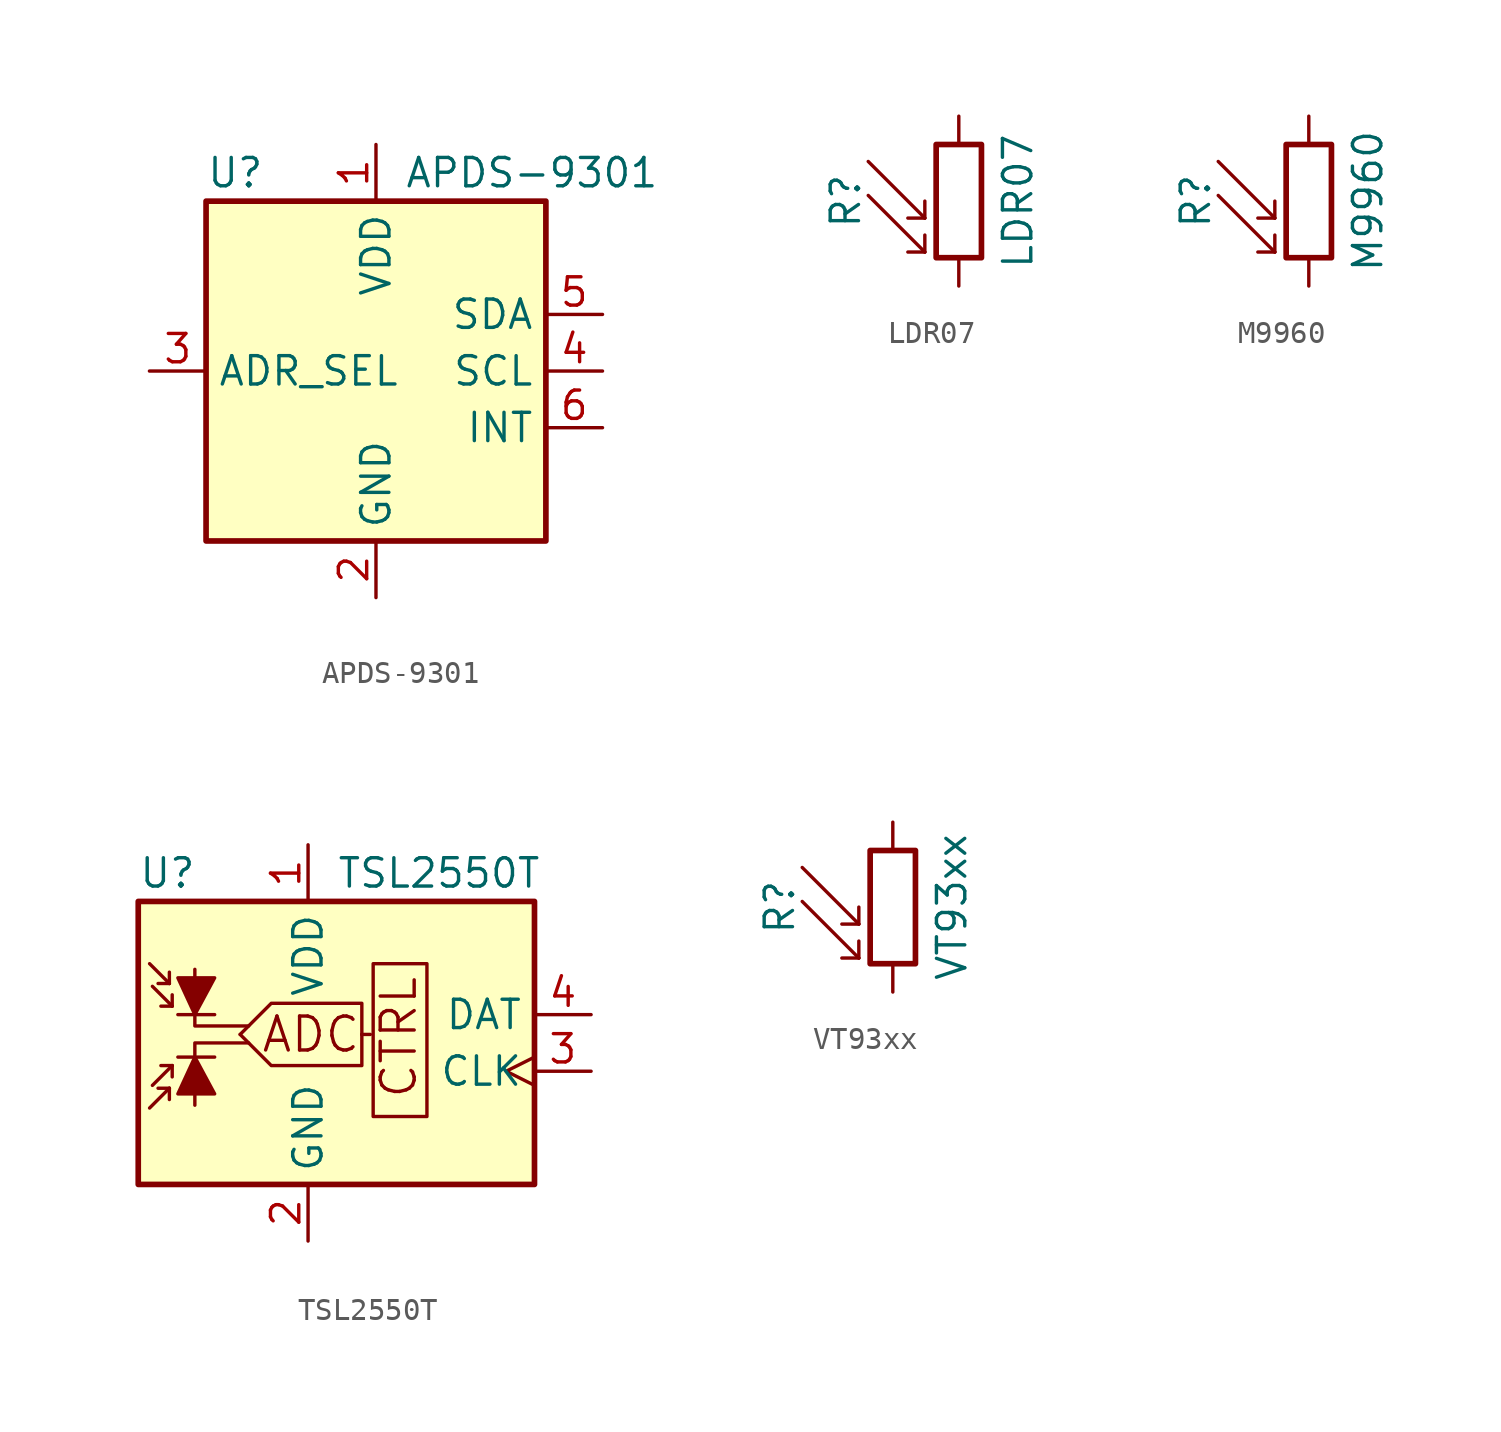
<source format=kicad_sym>
(kicad_symbol_lib
  (version 20211014)
  (generator kicad_symbol_editor)
  (symbol "APDS-9301"
    (property "Reference" "U"
      (at -7.62 8.89 0)
      (effects (font (size 1.27 1.27)) (justify left)))
    (property "Value" "APDS-9301"
      (at 1.27 8.89 0)
      (effects (font (size 1.27 1.27)) (justify left)))
    (symbol "APDS-9301_0_1"
      (rectangle (start -7.62 7.62) (end 7.62 -7.62) (stroke (width 0.254) (type default) (color 0 0 0 0)) (fill (type background))))
    (symbol "APDS-9301_1_1"
      (pin power_in line (at 0 10.16 270) (length 2.54) (name "VDD" (effects (font (size 1.27 1.27)))) (number "1" (effects (font (size 1.27 1.27)))))
      (pin power_in line (at 0 -10.16 90) (length 2.54) (name "GND" (effects (font (size 1.27 1.27)))) (number "2" (effects (font (size 1.27 1.27)))))
      (pin input line (at -10.16 0 0) (length 2.54) (name "ADR_SEL" (effects (font (size 1.27 1.27)))) (number "3" (effects (font (size 1.27 1.27)))))
      (pin input line (at 10.16 0 180) (length 2.54) (name "SCL" (effects (font (size 1.27 1.27)))) (number "4" (effects (font (size 1.27 1.27)))))
      (pin bidirectional line (at 10.16 2.54 180) (length 2.54) (name "SDA" (effects (font (size 1.27 1.27)))) (number "5" (effects (font (size 1.27 1.27)))))
      (pin open_collector line (at 10.16 -2.54 180) (length 2.54) (name "INT" (effects (font (size 1.27 1.27)))) (number "6" (effects (font (size 1.27 1.27)))))))
  (symbol "LDR07"
    (pin_numbers hide)
    (pin_names
      (offset 0))
    (property "Reference" "R"
      (at -5.08 0 90)
      (effects (font (size 1.27 1.27))))
    (property "Value" "LDR07"
      (at 1.905 0 90)
      (effects (font (size 1.27 1.27)) (justify top)))
    (symbol "LDR07_0_1"
      (rectangle (start -1.016 2.54) (end 1.016 -2.54) (stroke (width 0.254) (type default) (color 0 0 0 0)) (fill (type none)))
      (polyline (pts (xy -1.524 -2.286) (xy -4.064 0.254)) (stroke (width 0) (type default) (color 0 0 0 0)) (fill (type none)))
      (polyline (pts (xy -1.524 -2.286) (xy -2.286 -2.286)) (stroke (width 0) (type default) (color 0 0 0 0)) (fill (type none)))
      (polyline (pts (xy -1.524 -2.286) (xy -1.524 -1.524)) (stroke (width 0) (type default) (color 0 0 0 0)) (fill (type none)))
      (polyline (pts (xy -1.524 -0.762) (xy -4.064 1.778)) (stroke (width 0) (type default) (color 0 0 0 0)) (fill (type none)))
      (polyline (pts (xy -1.524 -0.762) (xy -2.286 -0.762)) (stroke (width 0) (type default) (color 0 0 0 0)) (fill (type none)))
      (polyline (pts (xy -1.524 -0.762) (xy -1.524 0)) (stroke (width 0) (type default) (color 0 0 0 0)) (fill (type none))))
    (symbol "LDR07_1_1"
      (pin passive line (at 0 3.81 270) (length 1.27) (name "~" (effects (font (size 1.27 1.27)))) (number "1" (effects (font (size 1.27 1.27)))))
      (pin passive line (at 0 -3.81 90) (length 1.27) (name "~" (effects (font (size 1.27 1.27)))) (number "2" (effects (font (size 1.27 1.27)))))))
  (symbol "M9960"
    (pin_numbers hide)
    (pin_names
      (offset 0))
    (property "Reference" "R"
      (at -5.08 0 90)
      (effects (font (size 1.27 1.27))))
    (property "Value" "M9960"
      (at 1.905 0 90)
      (effects (font (size 1.27 1.27)) (justify top)))
    (symbol "M9960_0_1"
      (rectangle (start -1.016 2.54) (end 1.016 -2.54) (stroke (width 0.254) (type default) (color 0 0 0 0)) (fill (type none)))
      (polyline (pts (xy -1.524 -2.286) (xy -4.064 0.254)) (stroke (width 0) (type default) (color 0 0 0 0)) (fill (type none)))
      (polyline (pts (xy -1.524 -2.286) (xy -2.286 -2.286)) (stroke (width 0) (type default) (color 0 0 0 0)) (fill (type none)))
      (polyline (pts (xy -1.524 -2.286) (xy -1.524 -1.524)) (stroke (width 0) (type default) (color 0 0 0 0)) (fill (type none)))
      (polyline (pts (xy -1.524 -0.762) (xy -4.064 1.778)) (stroke (width 0) (type default) (color 0 0 0 0)) (fill (type none)))
      (polyline (pts (xy -1.524 -0.762) (xy -2.286 -0.762)) (stroke (width 0) (type default) (color 0 0 0 0)) (fill (type none)))
      (polyline (pts (xy -1.524 -0.762) (xy -1.524 0)) (stroke (width 0) (type default) (color 0 0 0 0)) (fill (type none))))
    (symbol "M9960_1_1"
      (pin passive line (at 0 3.81 270) (length 1.27) (name "~" (effects (font (size 1.27 1.27)))) (number "1" (effects (font (size 1.27 1.27)))))
      (pin passive line (at 0 -3.81 90) (length 1.27) (name "~" (effects (font (size 1.27 1.27)))) (number "2" (effects (font (size 1.27 1.27)))))))
  (symbol "TSL2550T"
    (property "Reference" "U"
      (at -7.62 6.35 0)
      (effects (font (size 1.27 1.27)) (justify left)))
    (property "Value" "TSL2550T"
      (at 1.27 6.35 0)
      (effects (font (size 1.27 1.27)) (justify left)))
    (symbol "TSL2550T_0_0"
      (polyline (pts (xy 2.413 -0.889) (xy 2.794 -0.889)) (stroke (width 0) (type default) (color 0 0 0 0)) (fill (type none)))
      (polyline (pts (xy -5.08 -4.064) (xy -5.08 -1.27) (xy -2.667 -1.27)) (stroke (width 0) (type default) (color 0 0 0 0)) (fill (type none)))
      (polyline (pts (xy -5.08 2.032) (xy -5.08 -0.508) (xy -2.667 -0.508)) (stroke (width 0) (type default) (color 0 0 0 0)) (fill (type none)))
      (polyline (pts (xy -3.048 -0.889) (xy -1.651 -2.286) (xy 2.413 -2.286) (xy 2.413 -0.889)) (stroke (width 0) (type default) (color 0 0 0 0)) (fill (type none)))
      (polyline (pts (xy -3.048 -0.889) (xy -1.651 0.508) (xy 2.413 0.508) (xy 2.413 -0.889)) (stroke (width 0) (type default) (color 0 0 0 0)) (fill (type none)))
      (rectangle (start 2.921 2.286) (end 5.334 -4.572) (stroke (width 0) (type default) (color 0 0 0 0)) (fill (type none)))
      (text "ADC" (at 0.127 -0.889 0) (effects (font (size 1.524 1.524))))
      (text "CTRL" (at 4.064 -1.016 900) (effects (font (size 1.524 1.524)))))
    (symbol "TSL2550T_0_1"
      (polyline (pts (xy -6.223 -3.302) (xy -7.112 -4.191)) (stroke (width 0) (type default) (color 0 0 0 0)) (fill (type none)))
      (polyline (pts (xy -6.223 -3.302) (xy -6.731 -3.302)) (stroke (width 0) (type default) (color 0 0 0 0)) (fill (type none)))
      (polyline (pts (xy -6.223 -3.302) (xy -6.223 -3.81)) (stroke (width 0) (type default) (color 0 0 0 0)) (fill (type none)))
      (polyline (pts (xy -6.223 1.397) (xy -7.112 2.286)) (stroke (width 0) (type default) (color 0 0 0 0)) (fill (type none)))
      (polyline (pts (xy -6.223 1.397) (xy -6.731 1.397)) (stroke (width 0) (type default) (color 0 0 0 0)) (fill (type none)))
      (polyline (pts (xy -6.223 1.397) (xy -6.223 1.905)) (stroke (width 0) (type default) (color 0 0 0 0)) (fill (type none)))
      (polyline (pts (xy -6.096 -2.286) (xy -6.985 -3.175)) (stroke (width 0) (type default) (color 0 0 0 0)) (fill (type none)))
      (polyline (pts (xy -6.096 -2.286) (xy -6.604 -2.286)) (stroke (width 0) (type default) (color 0 0 0 0)) (fill (type none)))
      (polyline (pts (xy -6.096 -2.286) (xy -6.096 -2.794)) (stroke (width 0) (type default) (color 0 0 0 0)) (fill (type none)))
      (polyline (pts (xy -6.096 0.381) (xy -6.985 1.27)) (stroke (width 0) (type default) (color 0 0 0 0)) (fill (type none)))
      (polyline (pts (xy -6.096 0.381) (xy -6.604 0.381)) (stroke (width 0) (type default) (color 0 0 0 0)) (fill (type none)))
      (polyline (pts (xy -6.096 0.381) (xy -6.096 0.889)) (stroke (width 0) (type default) (color 0 0 0 0)) (fill (type none)))
      (polyline (pts (xy -5.842 -1.905) (xy -4.191 -1.905)) (stroke (width 0) (type default) (color 0 0 0 0)) (fill (type none)))
      (polyline (pts (xy -5.842 0) (xy -4.191 0)) (stroke (width 0) (type default) (color 0 0 0 0)) (fill (type none)))
      (polyline (pts (xy -5.842 -3.556) (xy -4.191 -3.556) (xy -5.08 -1.905) (xy -5.842 -3.556)) (stroke (width 0) (type default) (color 0 0 0 0)) (fill (type outline)))
      (polyline (pts (xy -5.842 1.651) (xy -4.191 1.651) (xy -5.08 0) (xy -5.842 1.651)) (stroke (width 0) (type default) (color 0 0 0 0)) (fill (type outline)))
      (rectangle (start 10.16 5.08) (end -7.62 -7.62) (stroke (width 0.254) (type default) (color 0 0 0 0)) (fill (type background))))
    (symbol "TSL2550T_1_1"
      (pin power_in line (at 0 7.62 270) (length 2.54) (name "VDD" (effects (font (size 1.27 1.27)))) (number "1" (effects (font (size 1.27 1.27)))))
      (pin power_in line (at 0 -10.16 90) (length 2.54) (name "GND" (effects (font (size 1.27 1.27)))) (number "2" (effects (font (size 1.27 1.27)))))
      (pin input clock (at 12.7 -2.54 180) (length 2.54) (name "CLK" (effects (font (size 1.27 1.27)))) (number "3" (effects (font (size 1.27 1.27)))))
      (pin bidirectional line (at 12.7 0 180) (length 2.54) (name "DAT" (effects (font (size 1.27 1.27)))) (number "4" (effects (font (size 1.27 1.27)))))))
  (symbol "VT93xx"
    (pin_numbers hide)
    (pin_names
      (offset 0))
    (property "Reference" "R"
      (at -5.08 0 90)
      (effects (font (size 1.27 1.27))))
    (property "Value" "VT93xx"
      (at 1.905 0 90)
      (effects (font (size 1.27 1.27)) (justify top)))
    (symbol "VT93xx_0_1"
      (rectangle (start -1.016 2.54) (end 1.016 -2.54) (stroke (width 0.254) (type default) (color 0 0 0 0)) (fill (type none)))
      (polyline (pts (xy -1.524 -2.286) (xy -4.064 0.254)) (stroke (width 0) (type default) (color 0 0 0 0)) (fill (type none)))
      (polyline (pts (xy -1.524 -2.286) (xy -2.286 -2.286)) (stroke (width 0) (type default) (color 0 0 0 0)) (fill (type none)))
      (polyline (pts (xy -1.524 -2.286) (xy -1.524 -1.524)) (stroke (width 0) (type default) (color 0 0 0 0)) (fill (type none)))
      (polyline (pts (xy -1.524 -0.762) (xy -4.064 1.778)) (stroke (width 0) (type default) (color 0 0 0 0)) (fill (type none)))
      (polyline (pts (xy -1.524 -0.762) (xy -2.286 -0.762)) (stroke (width 0) (type default) (color 0 0 0 0)) (fill (type none)))
      (polyline (pts (xy -1.524 -0.762) (xy -1.524 0)) (stroke (width 0) (type default) (color 0 0 0 0)) (fill (type none))))
    (symbol "VT93xx_1_1"
      (pin passive line (at 0 3.81 270) (length 1.27) (name "~" (effects (font (size 1.27 1.27)))) (number "1" (effects (font (size 1.27 1.27)))))
      (pin passive line (at 0 -3.81 90) (length 1.27) (name "~" (effects (font (size 1.27 1.27)))) (number "2" (effects (font (size 1.27 1.27))))))))
</source>
